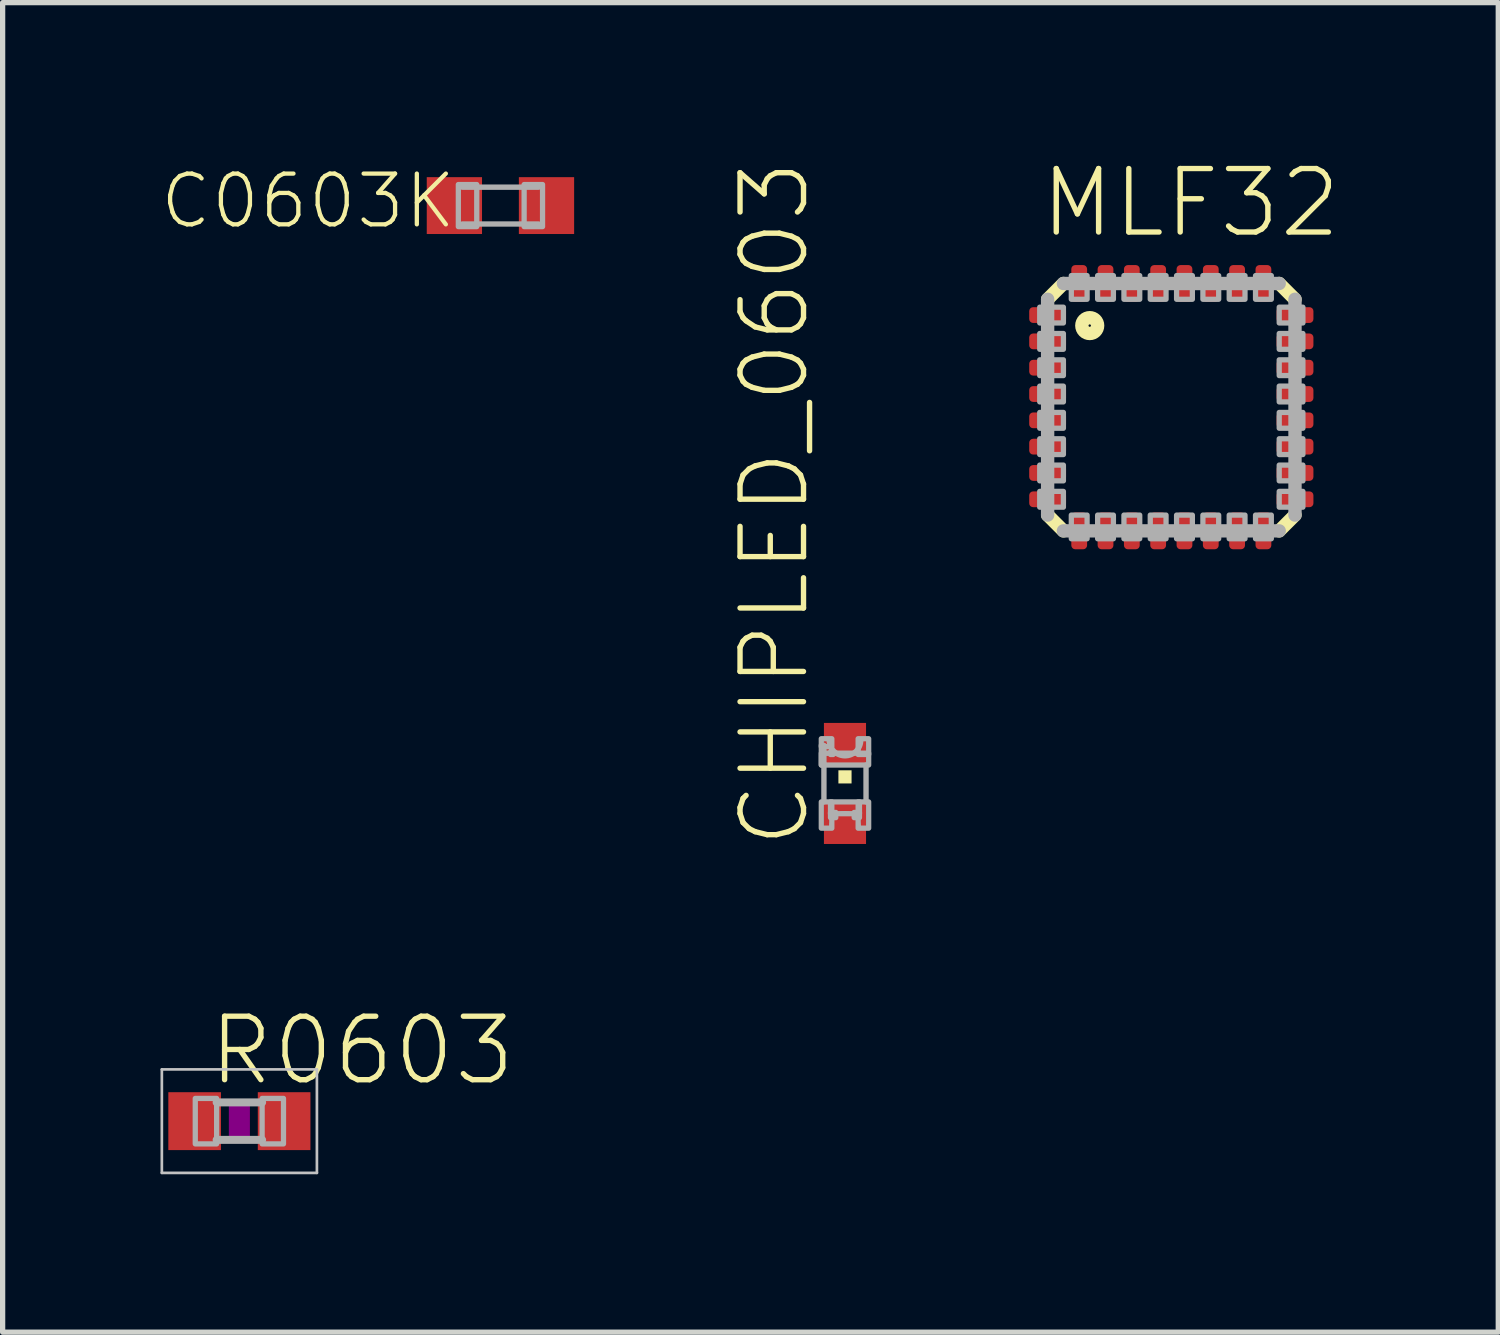
<source format=kicad_pcb>
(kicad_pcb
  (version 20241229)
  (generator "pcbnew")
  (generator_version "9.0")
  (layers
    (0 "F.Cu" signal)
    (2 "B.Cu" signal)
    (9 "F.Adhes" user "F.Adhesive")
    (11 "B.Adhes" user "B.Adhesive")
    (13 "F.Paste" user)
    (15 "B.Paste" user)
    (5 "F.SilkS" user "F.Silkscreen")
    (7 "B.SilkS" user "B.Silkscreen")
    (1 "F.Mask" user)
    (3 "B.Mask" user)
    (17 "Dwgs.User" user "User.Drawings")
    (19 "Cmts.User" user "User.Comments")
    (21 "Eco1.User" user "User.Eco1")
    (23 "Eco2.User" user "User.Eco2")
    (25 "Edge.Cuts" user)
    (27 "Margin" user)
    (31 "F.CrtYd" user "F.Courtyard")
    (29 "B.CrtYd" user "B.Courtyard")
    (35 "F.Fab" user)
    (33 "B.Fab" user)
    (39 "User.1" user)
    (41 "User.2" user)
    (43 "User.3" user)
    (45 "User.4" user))
  (footprint "R0603"
    (layer "F.Cu")
    (at 1.498 18.251)
    (property "Reference" "R0603" (at -0.635 -0.635 0) (layer "F.SilkS") (effects (font (size 1.206 1.206) (thickness 0.102)) (justify left bottom)))
    (attr through_hole)
    (fp_poly (pts (xy -0.2 0.4) (xy 0.2 0.4) (xy 0.2 -0.4) (xy -0.2 -0.4)) (stroke (width 0) (type solid)) (fill yes) (layer "F.Adhes"))
    (fp_line (start -1.473 -0.983) (end 1.473 -0.983) (stroke (width 0.051) (type solid)) (layer "Dwgs.User"))
    (fp_line (start -1.473 0.983) (end -1.473 -0.983) (stroke (width 0.051) (type solid)) (layer "Dwgs.User"))
    (fp_line (start 1.473 -0.983) (end 1.473 0.983) (stroke (width 0.051) (type solid)) (layer "Dwgs.User"))
    (fp_line (start 1.473 0.983) (end -1.473 0.983) (stroke (width 0.051) (type solid)) (layer "Dwgs.User"))
    (fp_line (start -0.432 0.356) (end 0.432 0.356) (stroke (width 0.152) (type solid)) (layer "F.Fab"))
    (fp_line (start 0.432 -0.356) (end -0.432 -0.356) (stroke (width 0.152) (type solid)) (layer "F.Fab"))
    (fp_poly (pts (xy -0.838 0.432) (xy -0.432 0.432) (xy -0.432 -0.432) (xy -0.838 -0.432)) (stroke (width 0.1) (type solid)) (fill no) (layer "F.Fab"))
    (fp_poly (pts (xy 0.432 0.432) (xy 0.838 0.432) (xy 0.838 -0.432) (xy 0.432 -0.432)) (stroke (width 0.1) (type solid)) (fill no) (layer "F.Fab"))
    (pad "1" smd rect (at -0.85 0) (size 1 1.1) (layers "F.Cu" "F.Mask" "F.Paste"))
    (pad "2" smd rect (at 0.85 0) (size 1 1.1) (layers "F.Cu" "F.Mask" "F.Paste")))
  (footprint "C0603K"
    (layer "F.Cu")
    (at 6.458 0.856)
    (property "Reference" "C0603K" (at -0.8 -0.65 0) (layer "F.SilkS") (effects (font (size 0.965 0.965) (thickness 0.081)) (justify right top)))
    (attr through_hole)
    (fp_line (start -0.725 -0.35) (end 0.725 -0.35) (stroke (width 0.102) (type solid)) (layer "F.Fab"))
    (fp_line (start 0.725 0.35) (end -0.725 0.35) (stroke (width 0.102) (type solid)) (layer "F.Fab"))
    (fp_poly (pts (xy -0.8 0.4) (xy -0.45 0.4) (xy -0.45 -0.4) (xy -0.8 -0.4)) (stroke (width 0.1) (type solid)) (fill no) (layer "F.Fab"))
    (fp_poly (pts (xy 0.45 0.4) (xy 0.8 0.4) (xy 0.8 -0.4) (xy 0.45 -0.4)) (stroke (width 0.1) (type solid)) (fill no) (layer "F.Fab"))
    (pad "1" smd rect (at -0.875 0) (size 1.05 1.08) (layers "F.Cu" "F.Mask" "F.Paste"))
    (pad "2" smd rect (at 0.875 0) (size 1.05 1.08) (layers "F.Cu" "F.Mask" "F.Paste")))
  (footprint "MLF32"
    (layer "F.Cu")
    (at 19.204 4.686)
    (property "Reference" "MLF32" (at -2.54 -3.175 0) (layer "F.SilkS") (effects (font (size 1.206 1.206) (thickness 0.102)) (justify left bottom)))
    (attr through_hole)
    (fp_line (start -2.35 -2.05) (end -2.05 -2.35) (stroke (width 0.254) (type solid)) (layer "F.SilkS"))
    (fp_line (start -2.05 2.35) (end -2.35 2.05) (stroke (width 0.254) (type solid)) (layer "F.SilkS"))
    (fp_line (start 2.05 -2.35) (end 2.35 -2.05) (stroke (width 0.254) (type solid)) (layer "F.SilkS"))
    (fp_line (start 2.35 2.05) (end 2.05 2.35) (stroke (width 0.254) (type solid)) (layer "F.SilkS"))
    (fp_circle (center -1.55 -1.55) (end -1.4 -1.55) (stroke (width 0.254) (type solid)) (fill no) (layer "F.SilkS"))
    (fp_line (start -2.35 2.05) (end -2.35 -2.05) (stroke (width 0.254) (type solid)) (layer "F.Fab"))
    (fp_line (start -2.05 -2.35) (end 2.05 -2.35) (stroke (width 0.254) (type solid)) (layer "F.Fab"))
    (fp_line (start 2.05 2.35) (end -2.05 2.35) (stroke (width 0.254) (type solid)) (layer "F.Fab"))
    (fp_line (start 2.35 -2.05) (end 2.35 2.05) (stroke (width 0.254) (type solid)) (layer "F.Fab"))
    (fp_poly (pts (xy -2.5 -1.6) (xy -2.05 -1.6) (xy -2.05 -1.9) (xy -2.5 -1.9)) (stroke (width 0.1) (type solid)) (fill no) (layer "F.Fab"))
    (fp_poly (pts (xy -2.5 -1.1) (xy -2.05 -1.1) (xy -2.05 -1.4) (xy -2.5 -1.4)) (stroke (width 0.1) (type solid)) (fill no) (layer "F.Fab"))
    (fp_poly (pts (xy -2.5 -0.6) (xy -2.05 -0.6) (xy -2.05 -0.9) (xy -2.5 -0.9)) (stroke (width 0.1) (type solid)) (fill no) (layer "F.Fab"))
    (fp_poly (pts (xy -2.5 -0.1) (xy -2.05 -0.1) (xy -2.05 -0.4) (xy -2.5 -0.4)) (stroke (width 0.1) (type solid)) (fill no) (layer "F.Fab"))
    (fp_poly (pts (xy -2.5 0.4) (xy -2.05 0.4) (xy -2.05 0.1) (xy -2.5 0.1)) (stroke (width 0.1) (type solid)) (fill no) (layer "F.Fab"))
    (fp_poly (pts (xy -2.5 0.9) (xy -2.05 0.9) (xy -2.05 0.6) (xy -2.5 0.6)) (stroke (width 0.1) (type solid)) (fill no) (layer "F.Fab"))
    (fp_poly (pts (xy -2.5 1.4) (xy -2.05 1.4) (xy -2.05 1.1) (xy -2.5 1.1)) (stroke (width 0.1) (type solid)) (fill no) (layer "F.Fab"))
    (fp_poly (pts (xy -2.5 1.9) (xy -2.05 1.9) (xy -2.05 1.6) (xy -2.5 1.6)) (stroke (width 0.1) (type solid)) (fill no) (layer "F.Fab"))
    (fp_poly (pts (xy -1.9 -2.05) (xy -1.6 -2.05) (xy -1.6 -2.5) (xy -1.9 -2.5)) (stroke (width 0.1) (type solid)) (fill no) (layer "F.Fab"))
    (fp_poly (pts (xy -1.9 2.5) (xy -1.6 2.5) (xy -1.6 2.05) (xy -1.9 2.05)) (stroke (width 0.1) (type solid)) (fill no) (layer "F.Fab"))
    (fp_poly (pts (xy -1.4 -2.05) (xy -1.1 -2.05) (xy -1.1 -2.5) (xy -1.4 -2.5)) (stroke (width 0.1) (type solid)) (fill no) (layer "F.Fab"))
    (fp_poly (pts (xy -1.4 2.5) (xy -1.1 2.5) (xy -1.1 2.05) (xy -1.4 2.05)) (stroke (width 0.1) (type solid)) (fill no) (layer "F.Fab"))
    (fp_poly (pts (xy -0.9 -2.05) (xy -0.6 -2.05) (xy -0.6 -2.5) (xy -0.9 -2.5)) (stroke (width 0.1) (type solid)) (fill no) (layer "F.Fab"))
    (fp_poly (pts (xy -0.9 2.5) (xy -0.6 2.5) (xy -0.6 2.05) (xy -0.9 2.05)) (stroke (width 0.1) (type solid)) (fill no) (layer "F.Fab"))
    (fp_poly (pts (xy -0.4 -2.05) (xy -0.1 -2.05) (xy -0.1 -2.5) (xy -0.4 -2.5)) (stroke (width 0.1) (type solid)) (fill no) (layer "F.Fab"))
    (fp_poly (pts (xy -0.4 2.5) (xy -0.1 2.5) (xy -0.1 2.05) (xy -0.4 2.05)) (stroke (width 0.1) (type solid)) (fill no) (layer "F.Fab"))
    (fp_poly (pts (xy 0.1 -2.05) (xy 0.4 -2.05) (xy 0.4 -2.5) (xy 0.1 -2.5)) (stroke (width 0.1) (type solid)) (fill no) (layer "F.Fab"))
    (fp_poly (pts (xy 0.1 2.5) (xy 0.4 2.5) (xy 0.4 2.05) (xy 0.1 2.05)) (stroke (width 0.1) (type solid)) (fill no) (layer "F.Fab"))
    (fp_poly (pts (xy 0.6 -2.05) (xy 0.9 -2.05) (xy 0.9 -2.5) (xy 0.6 -2.5)) (stroke (width 0.1) (type solid)) (fill no) (layer "F.Fab"))
    (fp_poly (pts (xy 0.6 2.5) (xy 0.9 2.5) (xy 0.9 2.05) (xy 0.6 2.05)) (stroke (width 0.1) (type solid)) (fill no) (layer "F.Fab"))
    (fp_poly (pts (xy 1.1 -2.05) (xy 1.4 -2.05) (xy 1.4 -2.5) (xy 1.1 -2.5)) (stroke (width 0.1) (type solid)) (fill no) (layer "F.Fab"))
    (fp_poly (pts (xy 1.1 2.5) (xy 1.4 2.5) (xy 1.4 2.05) (xy 1.1 2.05)) (stroke (width 0.1) (type solid)) (fill no) (layer "F.Fab"))
    (fp_poly (pts (xy 1.6 -2.05) (xy 1.9 -2.05) (xy 1.9 -2.5) (xy 1.6 -2.5)) (stroke (width 0.1) (type solid)) (fill no) (layer "F.Fab"))
    (fp_poly (pts (xy 1.6 2.5) (xy 1.9 2.5) (xy 1.9 2.05) (xy 1.6 2.05)) (stroke (width 0.1) (type solid)) (fill no) (layer "F.Fab"))
    (fp_poly (pts (xy 2.05 -1.6) (xy 2.5 -1.6) (xy 2.5 -1.9) (xy 2.05 -1.9)) (stroke (width 0.1) (type solid)) (fill no) (layer "F.Fab"))
    (fp_poly (pts (xy 2.05 -1.1) (xy 2.5 -1.1) (xy 2.5 -1.4) (xy 2.05 -1.4)) (stroke (width 0.1) (type solid)) (fill no) (layer "F.Fab"))
    (fp_poly (pts (xy 2.05 -0.6) (xy 2.5 -0.6) (xy 2.5 -0.9) (xy 2.05 -0.9)) (stroke (width 0.1) (type solid)) (fill no) (layer "F.Fab"))
    (fp_poly (pts (xy 2.05 -0.1) (xy 2.5 -0.1) (xy 2.5 -0.4) (xy 2.05 -0.4)) (stroke (width 0.1) (type solid)) (fill no) (layer "F.Fab"))
    (fp_poly (pts (xy 2.05 0.4) (xy 2.5 0.4) (xy 2.5 0.1) (xy 2.05 0.1)) (stroke (width 0.1) (type solid)) (fill no) (layer "F.Fab"))
    (fp_poly (pts (xy 2.05 0.9) (xy 2.5 0.9) (xy 2.5 0.6) (xy 2.05 0.6)) (stroke (width 0.1) (type solid)) (fill no) (layer "F.Fab"))
    (fp_poly (pts (xy 2.05 1.4) (xy 2.5 1.4) (xy 2.5 1.1) (xy 2.05 1.1)) (stroke (width 0.1) (type solid)) (fill no) (layer "F.Fab"))
    (fp_poly (pts (xy 2.05 1.9) (xy 2.5 1.9) (xy 2.5 1.6) (xy 2.05 1.6)) (stroke (width 0.1) (type solid)) (fill no) (layer "F.Fab"))
    (pad "1" smd roundrect (at -2.35 -1.75) (size 0.7 0.3) (layers "F.Cu" "F.Mask" "F.Paste") (roundrect_rratio 0.25))
    (pad "2" smd roundrect (at -2.35 -1.25) (size 0.7 0.3) (layers "F.Cu" "F.Mask" "F.Paste") (roundrect_rratio 0.25))
    (pad "3" smd roundrect (at -2.35 -0.75) (size 0.7 0.3) (layers "F.Cu" "F.Mask" "F.Paste") (roundrect_rratio 0.25))
    (pad "4" smd roundrect (at -2.35 -0.25) (size 0.7 0.3) (layers "F.Cu" "F.Mask" "F.Paste") (roundrect_rratio 0.25))
    (pad "5" smd roundrect (at -2.35 0.25) (size 0.7 0.3) (layers "F.Cu" "F.Mask" "F.Paste") (roundrect_rratio 0.25))
    (pad "6" smd roundrect (at -2.35 0.75) (size 0.7 0.3) (layers "F.Cu" "F.Mask" "F.Paste") (roundrect_rratio 0.25))
    (pad "7" smd roundrect (at -2.35 1.25) (size 0.7 0.3) (layers "F.Cu" "F.Mask" "F.Paste") (roundrect_rratio 0.25))
    (pad "8" smd roundrect (at -2.35 1.75) (size 0.7 0.3) (layers "F.Cu" "F.Mask" "F.Paste") (roundrect_rratio 0.25))
    (pad "9" smd roundrect (at -1.75 2.35) (size 0.3 0.7) (layers "F.Cu" "F.Mask" "F.Paste") (roundrect_rratio 0.25))
    (pad "10" smd roundrect (at -1.25 2.35) (size 0.3 0.7) (layers "F.Cu" "F.Mask" "F.Paste") (roundrect_rratio 0.25))
    (pad "11" smd roundrect (at -0.75 2.35) (size 0.3 0.7) (layers "F.Cu" "F.Mask" "F.Paste") (roundrect_rratio 0.25))
    (pad "12" smd roundrect (at -0.25 2.35) (size 0.3 0.7) (layers "F.Cu" "F.Mask" "F.Paste") (roundrect_rratio 0.25))
    (pad "13" smd roundrect (at 0.25 2.35) (size 0.3 0.7) (layers "F.Cu" "F.Mask" "F.Paste") (roundrect_rratio 0.25))
    (pad "14" smd roundrect (at 0.75 2.35) (size 0.3 0.7) (layers "F.Cu" "F.Mask" "F.Paste") (roundrect_rratio 0.25))
    (pad "15" smd roundrect (at 1.25 2.35) (size 0.3 0.7) (layers "F.Cu" "F.Mask" "F.Paste") (roundrect_rratio 0.25))
    (pad "16" smd roundrect (at 1.75 2.35) (size 0.3 0.7) (layers "F.Cu" "F.Mask" "F.Paste") (roundrect_rratio 0.25))
    (pad "17" smd roundrect (at 2.35 1.75) (size 0.7 0.3) (layers "F.Cu" "F.Mask" "F.Paste") (roundrect_rratio 0.25))
    (pad "18" smd roundrect (at 2.35 1.25) (size 0.7 0.3) (layers "F.Cu" "F.Mask" "F.Paste") (roundrect_rratio 0.25))
    (pad "19" smd roundrect (at 2.35 0.75) (size 0.7 0.3) (layers "F.Cu" "F.Mask" "F.Paste") (roundrect_rratio 0.25))
    (pad "20" smd roundrect (at 2.35 0.25) (size 0.7 0.3) (layers "F.Cu" "F.Mask" "F.Paste") (roundrect_rratio 0.25))
    (pad "21" smd roundrect (at 2.35 -0.25) (size 0.7 0.3) (layers "F.Cu" "F.Mask" "F.Paste") (roundrect_rratio 0.25))
    (pad "22" smd roundrect (at 2.35 -0.75) (size 0.7 0.3) (layers "F.Cu" "F.Mask" "F.Paste") (roundrect_rratio 0.25))
    (pad "23" smd roundrect (at 2.35 -1.25) (size 0.7 0.3) (layers "F.Cu" "F.Mask" "F.Paste") (roundrect_rratio 0.25))
    (pad "24" smd roundrect (at 2.35 -1.75) (size 0.7 0.3) (layers "F.Cu" "F.Mask" "F.Paste") (roundrect_rratio 0.25))
    (pad "25" smd roundrect (at 1.75 -2.35) (size 0.3 0.7) (layers "F.Cu" "F.Mask" "F.Paste") (roundrect_rratio 0.25))
    (pad "26" smd roundrect (at 1.25 -2.35) (size 0.3 0.7) (layers "F.Cu" "F.Mask" "F.Paste") (roundrect_rratio 0.25))
    (pad "27" smd roundrect (at 0.75 -2.35) (size 0.3 0.7) (layers "F.Cu" "F.Mask" "F.Paste") (roundrect_rratio 0.25))
    (pad "28" smd roundrect (at 0.25 -2.35) (size 0.3 0.7) (layers "F.Cu" "F.Mask" "F.Paste") (roundrect_rratio 0.25))
    (pad "29" smd roundrect (at -0.25 -2.35) (size 0.3 0.7) (layers "F.Cu" "F.Mask" "F.Paste") (roundrect_rratio 0.25))
    (pad "30" smd roundrect (at -0.75 -2.35) (size 0.3 0.7) (layers "F.Cu" "F.Mask" "F.Paste") (roundrect_rratio 0.25))
    (pad "31" smd roundrect (at -1.25 -2.35) (size 0.3 0.7) (layers "F.Cu" "F.Mask" "F.Paste") (roundrect_rratio 0.25))
    (pad "32" smd roundrect (at -1.75 -2.35) (size 0.3 0.7) (layers "F.Cu" "F.Mask" "F.Paste") (roundrect_rratio 0.25)))
  (footprint "CHIPLED_0603"
    (layer "F.Cu")
    (at 13.004 11.835)
    (property "Reference" "CHIPLED_0603" (at -0.635 1.27 90) (layer "F.SilkS") (effects (font (size 1.206 1.206) (thickness 0.102)) (justify left bottom)))
    (attr through_hole)
    (fp_poly (pts (xy -0.125 0) (xy 0.125 0) (xy 0.125 -0.25) (xy -0.125 -0.25)) (stroke (width 0) (type solid)) (fill yes) (layer "F.SilkS"))
    (fp_line (start -0.4 -0.375) (end -0.4 0.35) (stroke (width 0.102) (type solid)) (layer "F.Fab"))
    (fp_line (start 0.4 -0.35) (end 0.4 0.35) (stroke (width 0.102) (type solid)) (layer "F.Fab"))
    (fp_arc (start -0.275 0.825) (mid 0 0.55) (end 0.275 0.825) (stroke (width 0.0508) (type solid)) (layer "F.Fab"))
    (fp_arc (start 0.3 -0.825) (mid 0 -0.525) (end -0.3 -0.825) (stroke (width 0.1016) (type solid)) (layer "F.Fab"))
    (fp_circle (center -0.35 -0.625) (end -0.275 -0.625) (stroke (width 0.051) (type solid)) (fill no) (layer "F.Fab"))
    (fp_poly (pts (xy -0.45 -0.7) (xy -0.25 -0.7) (xy -0.25 -0.85) (xy -0.45 -0.85)) (stroke (width 0.1) (type solid)) (fill no) (layer "F.Fab"))
    (fp_poly (pts (xy -0.45 -0.35) (xy -0.4 -0.35) (xy -0.4 -0.725) (xy -0.45 -0.725)) (stroke (width 0.1) (type solid)) (fill no) (layer "F.Fab"))
    (fp_poly (pts (xy -0.45 -0.35) (xy 0.45 -0.35) (xy 0.45 -0.575) (xy -0.45 -0.575)) (stroke (width 0.1) (type solid)) (fill no) (layer "F.Fab"))
    (fp_poly (pts (xy -0.45 0.85) (xy -0.25 0.85) (xy -0.25 0.35) (xy -0.45 0.35)) (stroke (width 0.1) (type solid)) (fill no) (layer "F.Fab"))
    (fp_poly (pts (xy -0.275 -0.55) (xy -0.225 -0.55) (xy -0.225 -0.6) (xy -0.275 -0.6)) (stroke (width 0.1) (type solid)) (fill no) (layer "F.Fab"))
    (fp_poly (pts (xy -0.275 0.575) (xy 0.275 0.575) (xy 0.275 0.35) (xy -0.275 0.35)) (stroke (width 0.1) (type solid)) (fill no) (layer "F.Fab"))
    (fp_poly (pts (xy -0.275 0.65) (xy -0.175 0.65) (xy -0.175 0.55) (xy -0.275 0.55)) (stroke (width 0.1) (type solid)) (fill no) (layer "F.Fab"))
    (fp_poly (pts (xy 0.175 0.65) (xy 0.275 0.65) (xy 0.275 0.55) (xy 0.175 0.55)) (stroke (width 0.1) (type solid)) (fill no) (layer "F.Fab"))
    (fp_poly (pts (xy 0.25 -0.55) (xy 0.45 -0.55) (xy 0.45 -0.85) (xy 0.25 -0.85)) (stroke (width 0.1) (type solid)) (fill no) (layer "F.Fab"))
    (fp_poly (pts (xy 0.25 0.85) (xy 0.45 0.85) (xy 0.45 0.35) (xy 0.25 0.35)) (stroke (width 0.1) (type solid)) (fill no) (layer "F.Fab"))
    (pad "A" smd rect (at 0 0.75) (size 0.8 0.8) (layers "F.Cu" "F.Mask" "F.Paste"))
    (pad "C" smd rect (at 0 -0.75) (size 0.8 0.8) (layers "F.Cu" "F.Mask" "F.Paste")))
  (gr_rect
    (start -3 -3)
    (end 25.416 22.26)
    (stroke (width 0.1) (type default))
    (fill no)
    (layer "Edge.Cuts")))
</source>
